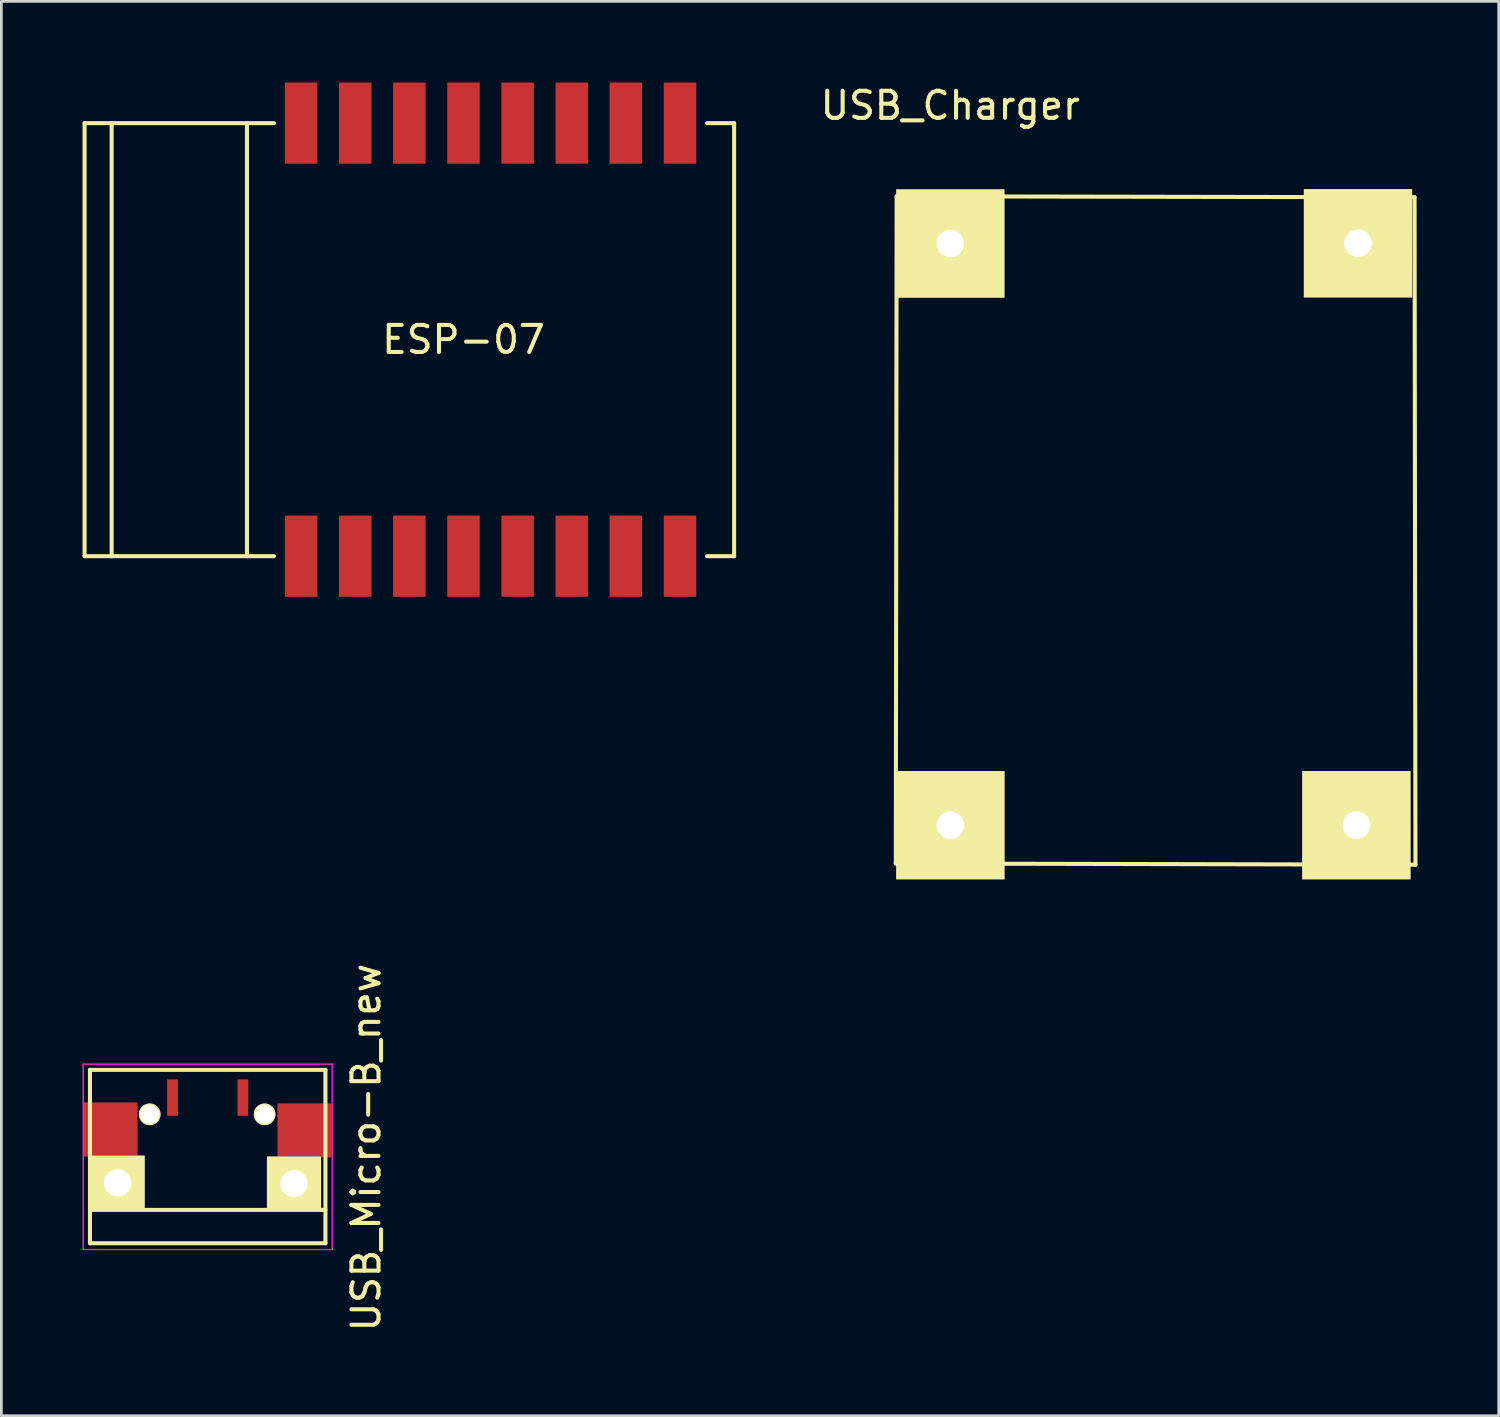
<source format=kicad_pcb>
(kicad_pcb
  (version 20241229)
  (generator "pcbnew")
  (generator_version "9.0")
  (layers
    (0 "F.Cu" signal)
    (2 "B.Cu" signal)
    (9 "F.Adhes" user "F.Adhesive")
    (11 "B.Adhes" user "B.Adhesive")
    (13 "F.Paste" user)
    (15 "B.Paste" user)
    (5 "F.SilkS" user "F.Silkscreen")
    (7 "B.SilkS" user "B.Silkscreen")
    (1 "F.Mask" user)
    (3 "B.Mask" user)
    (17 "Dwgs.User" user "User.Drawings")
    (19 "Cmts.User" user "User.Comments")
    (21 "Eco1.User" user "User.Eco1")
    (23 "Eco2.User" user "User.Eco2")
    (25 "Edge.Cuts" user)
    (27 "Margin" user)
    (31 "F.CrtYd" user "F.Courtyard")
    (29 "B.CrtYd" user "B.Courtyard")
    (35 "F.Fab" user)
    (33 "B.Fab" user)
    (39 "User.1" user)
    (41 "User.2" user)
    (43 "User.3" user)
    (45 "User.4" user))
  (footprint "USB_Micro-B_new"
    (layer "F.Cu")
    (at 4.625 39.068)
    (property "Reference" "USB_Micro-B_new" (at 5.855 0.282 270) (layer "F.SilkS") (effects (font (size 1 1) (thickness 0.15))))
    (attr smd)
    (fp_line (start -4.351 -2.588) (end 4.349 -2.588) (stroke (width 0.15) (type solid)) (layer "F.SilkS"))
    (fp_line (start -4.351 3.817) (end -4.351 -2.588) (stroke (width 0.15) (type solid)) (layer "F.SilkS"))
    (fp_line (start -4.351 3.817) (end 4.349 3.817) (stroke (width 0.15) (type solid)) (layer "F.SilkS"))
    (fp_line (start 4.349 -2.588) (end 4.349 3.817) (stroke (width 0.15) (type solid)) (layer "F.SilkS"))
    (fp_line (start 4.349 2.587) (end -4.351 2.587) (stroke (width 0.15) (type solid)) (layer "F.SilkS"))
    (fp_line (start -4.6 -2.8) (end 4.6 -2.8) (stroke (width 0.05) (type solid)) (layer "F.CrtYd"))
    (fp_line (start -4.6 4.05) (end -4.6 -2.8) (stroke (width 0.05) (type solid)) (layer "F.CrtYd"))
    (fp_line (start 4.6 -2.8) (end 4.6 4.05) (stroke (width 0.05) (type solid)) (layer "F.CrtYd"))
    (fp_line (start 4.6 4.05) (end -4.6 4.05) (stroke (width 0.05) (type solid)) (layer "F.CrtYd"))
    (pad "1" smd rect (at -1.301 -1.563 90) (size 1.35 0.4) (layers "F.Cu" "F.Mask" "F.Paste"))
    (pad "5" smd rect (at 1.299 -1.563 90) (size 1.35 0.4) (layers "F.Cu" "F.Mask" "F.Paste"))
    (pad "6" smd rect (at -3.592 -0.386 90) (size 2 2) (layers "F.Cu" "F.Mask" "F.Paste"))
    (pad "6" thru_hole rect (at -3.33 1.582 90) (size 2 2) (drill 1) (layers "*.Cu" "*.Mask" "F.SilkS"))
    (pad "7" thru_hole rect (at 3.188 1.615 90) (size 2 2) (drill 1) (layers "*.Cu" "*.Mask" "F.SilkS"))
    (pad "7" smd rect (at 3.576 -0.351 90) (size 2 2) (layers "F.Cu" "F.Mask" "F.Paste"))
    (pad "8" thru_hole circle (at -2.144 -0.945 90) (size 0.8 0.8) (drill 0.7) (layers "*.Cu" "*.Mask" "F.SilkS"))
    (pad "9" thru_hole circle (at 2.103 -0.945 90) (size 0.8 0.8) (drill 0.7) (layers "*.Cu" "*.Mask" "F.SilkS")))
  (footprint "ESP-07"
    (layer "F.Cu")
    (at 14.075 9.5)
    (property "Reference" "ESP-07" (at 0 0 0) (layer "F.SilkS") (effects (font (size 1 1) (thickness 0.15))))
    (attr through_hole)
    (fp_line (start -14 -8) (end -14 8) (stroke (width 0.15) (type solid)) (layer "F.SilkS"))
    (fp_line (start -14 8) (end -13 8) (stroke (width 0.15) (type solid)) (layer "F.SilkS"))
    (fp_line (start -13 -8) (end -14 -8) (stroke (width 0.15) (type solid)) (layer "F.SilkS"))
    (fp_line (start -13 -8) (end -7 -8) (stroke (width 0.15) (type solid)) (layer "F.SilkS"))
    (fp_line (start -13 8) (end -13 -8) (stroke (width 0.15) (type solid)) (layer "F.SilkS"))
    (fp_line (start -8 -8) (end -8 8) (stroke (width 0.15) (type solid)) (layer "F.SilkS"))
    (fp_line (start -7 8) (end -13 8) (stroke (width 0.15) (type solid)) (layer "F.SilkS"))
    (fp_line (start 9 8) (end 10 8) (stroke (width 0.15) (type solid)) (layer "F.SilkS"))
    (fp_line (start 10 -8) (end 9 -8) (stroke (width 0.15) (type solid)) (layer "F.SilkS"))
    (fp_line (start 10 8) (end 10 -8) (stroke (width 0.15) (type solid)) (layer "F.SilkS"))
    (pad "1" smd rect (at -6 8) (size 1.2 3) (layers "F.Cu" "F.Mask" "F.Paste"))
    (pad "2" smd rect (at -4 8) (size 1.2 3) (layers "F.Cu" "F.Mask" "F.Paste"))
    (pad "3" smd rect (at -2 8) (size 1.2 3) (layers "F.Cu" "F.Mask" "F.Paste"))
    (pad "4" smd rect (at 0 8) (size 1.2 3) (layers "F.Cu" "F.Mask" "F.Paste"))
    (pad "5" smd rect (at 2 8) (size 1.2 3) (layers "F.Cu" "F.Mask" "F.Paste"))
    (pad "6" smd rect (at 4 8) (size 1.2 3) (layers "F.Cu" "F.Mask" "F.Paste"))
    (pad "7" smd rect (at 6 8) (size 1.2 3) (layers "F.Cu" "F.Mask" "F.Paste"))
    (pad "8" smd rect (at 8 8) (size 1.2 3) (layers "F.Cu" "F.Mask" "F.Paste"))
    (pad "9" smd rect (at 8 -8) (size 1.2 3) (layers "F.Cu" "F.Mask" "F.Paste"))
    (pad "10" smd rect (at 6 -8) (size 1.2 3) (layers "F.Cu" "F.Mask" "F.Paste"))
    (pad "11" smd rect (at 4 -8) (size 1.2 3) (layers "F.Cu" "F.Mask" "F.Paste"))
    (pad "12" smd rect (at 2 -8) (size 1.2 3) (layers "F.Cu" "F.Mask" "F.Paste"))
    (pad "13" smd rect (at 0 -8) (size 1.2 3) (layers "F.Cu" "F.Mask" "F.Paste"))
    (pad "14" smd rect (at -2 -8) (size 1.2 3) (layers "F.Cu" "F.Mask" "F.Paste"))
    (pad "15" smd rect (at -4 -8) (size 1.2 3) (layers "F.Cu" "F.Mask" "F.Paste"))
    (pad "16" smd rect (at -6 -8) (size 1.2 3) (layers "F.Cu" "F.Mask" "F.Paste")))
  (footprint "USB_Charger"
    (layer "F.Cu")
    (at 32.061 5.948)
    (property "Reference" "USB_Charger" (at 0 -5.1 0) (layer "F.SilkS") (effects (font (size 1 1) (thickness 0.15))))
    (attr through_hole)
    (fp_line (start -2.012 22.906) (end -1.981 -1.742) (stroke (width 0.15) (type solid)) (layer "F.SilkS"))
    (fp_line (start -1.981 -1.742) (end -1.722 -1.742) (stroke (width 0.15) (type solid)) (layer "F.SilkS"))
    (fp_line (start -1.74 -1.745) (end 17.155 -1.709) (stroke (width 0.15) (type solid)) (layer "F.SilkS"))
    (fp_line (start 17.155 -1.709) (end 17.188 22.951) (stroke (width 0.15) (type solid)) (layer "F.SilkS"))
    (fp_line (start 17.188 22.951) (end -2.012 22.906) (stroke (width 0.15) (type solid)) (layer "F.SilkS"))
    (pad "1" thru_hole rect (at 0 0) (size 4 4) (drill 1.016) (layers "*.Cu" "*.Mask" "F.SilkS"))
    (pad "1" thru_hole rect (at 15.065 -0.01) (size 4 4) (drill 1.016) (layers "*.Cu" "*.Mask" "F.SilkS"))
    (pad "2" thru_hole rect (at 0.003 21.491) (size 4 4) (drill 1.016) (layers "*.Cu" "*.Mask" "F.SilkS"))
    (pad "2" thru_hole rect (at 15.004 21.491) (size 4 4) (drill 1.016) (layers "*.Cu" "*.Mask" "F.SilkS")))
  (gr_rect
    (start -3 -3)
    (end 52.324 49.261)
    (stroke (width 0.1) (type default))
    (fill no)
    (layer "Edge.Cuts")))
</source>
